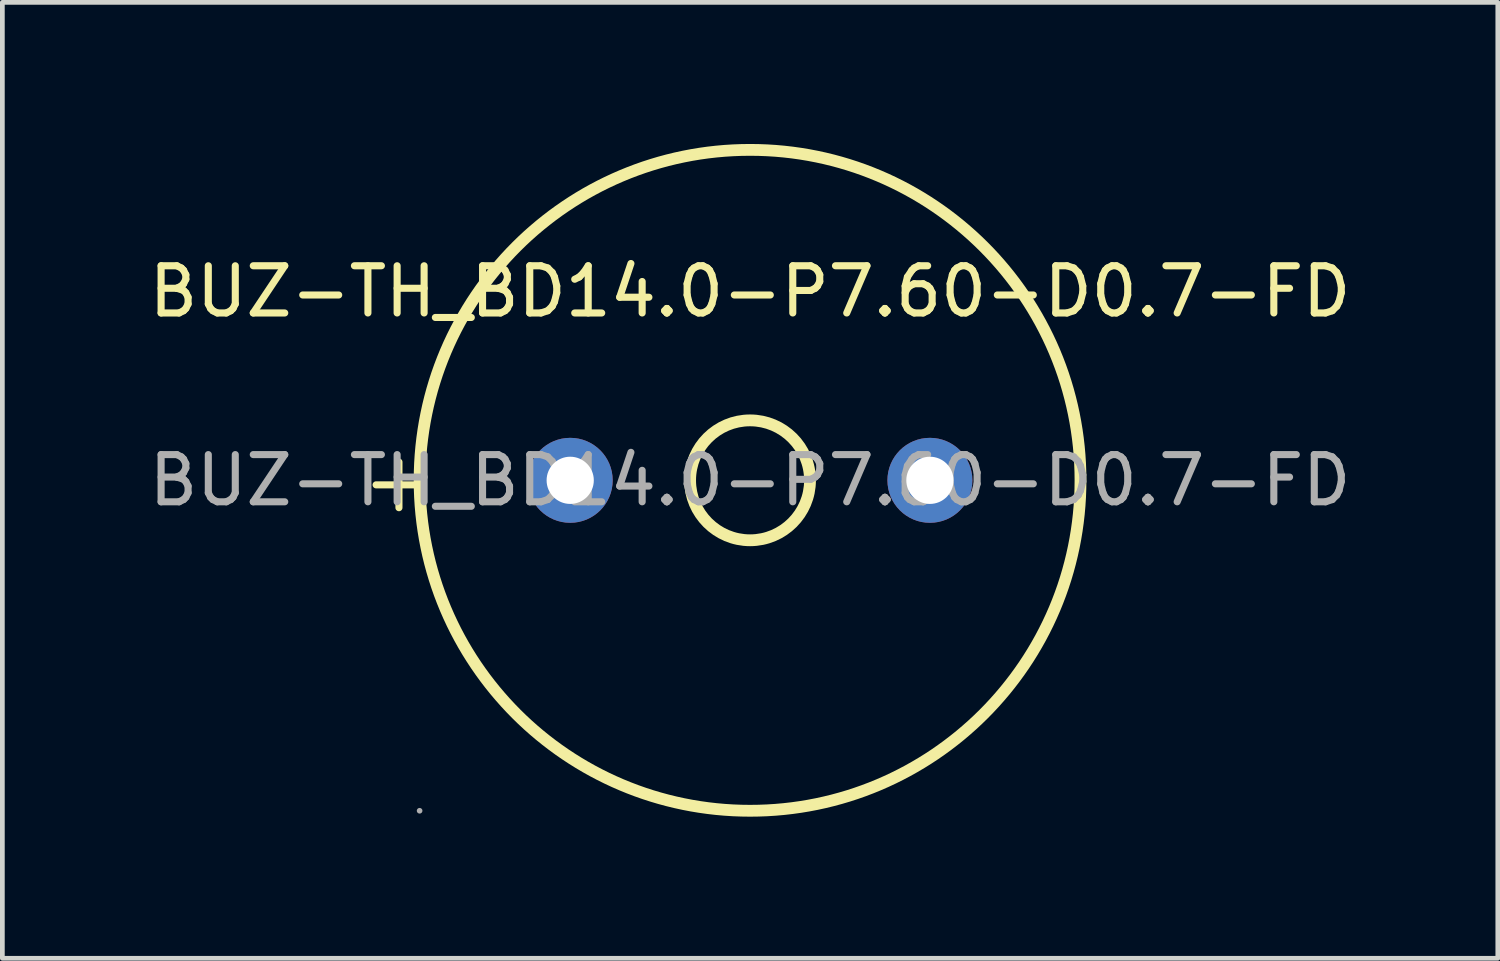
<source format=kicad_pcb>
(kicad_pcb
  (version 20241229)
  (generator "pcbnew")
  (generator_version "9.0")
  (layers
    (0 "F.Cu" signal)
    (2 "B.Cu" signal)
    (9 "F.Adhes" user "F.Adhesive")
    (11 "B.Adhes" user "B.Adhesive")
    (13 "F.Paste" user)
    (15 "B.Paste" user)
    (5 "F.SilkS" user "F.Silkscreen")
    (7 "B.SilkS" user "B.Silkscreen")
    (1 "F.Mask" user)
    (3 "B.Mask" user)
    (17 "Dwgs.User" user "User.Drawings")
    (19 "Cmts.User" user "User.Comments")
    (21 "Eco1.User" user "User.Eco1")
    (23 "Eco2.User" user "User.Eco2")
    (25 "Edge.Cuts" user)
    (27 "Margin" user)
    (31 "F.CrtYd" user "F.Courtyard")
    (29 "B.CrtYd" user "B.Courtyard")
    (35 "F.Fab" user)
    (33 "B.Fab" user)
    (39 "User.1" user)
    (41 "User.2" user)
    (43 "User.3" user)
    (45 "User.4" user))
  (footprint "BUZ-TH_BD14.0-P7.60-D0.7-FD"
    (layer "F.Cu")
    (at 12.839 7.125)
    (property "Reference" "BUZ-TH_BD14.0-P7.60-D0.7-FD" (at 0 -4 180) (layer "F.SilkS") (effects (font (size 1 1) (thickness 0.15))))
    (attr through_hole)
    (fp_circle (center 0 0) (end 1.27 0) (stroke (width 0.25) (type solid)) (fill no) (layer "F.SilkS"))
    (fp_circle (center 0 0) (end 7 0) (stroke (width 0.25) (type solid)) (fill no) (layer "F.SilkS"))
    (fp_circle (center -7 7) (end -6.97 7) (stroke (width 0.06) (type solid)) (fill no) (layer "F.Fab"))
    (fp_circle (center -3.81 0) (end -3.63 0) (stroke (width 0.35) (type solid)) (fill no) (layer "F.Fab"))
    (fp_circle (center 3.81 0) (end 3.99 0) (stroke (width 0.35) (type solid)) (fill no) (layer "F.Fab"))
    (fp_text user "+" (at -6.553 0 180) (layer "F.SilkS") (effects (font (size 1.27 1.27) (thickness 0.15)) (justify right)))
    (fp_text user "${REFERENCE}" (at 0 0 180) (layer "F.Fab") (effects (font (size 1 1) (thickness 0.15))))
    (pad "1" thru_hole circle (at -3.81 0) (size 1.8 1.8) (drill 1) (layers "*.Cu" "*.Mask"))
    (pad "2" thru_hole circle (at 3.81 0) (size 1.8 1.8) (drill 1) (layers "*.Cu" "*.Mask")))
  (gr_rect
    (start -3 -3)
    (end 28.679 17.25)
    (stroke (width 0.1) (type default))
    (fill no)
    (layer "Edge.Cuts")))
</source>
